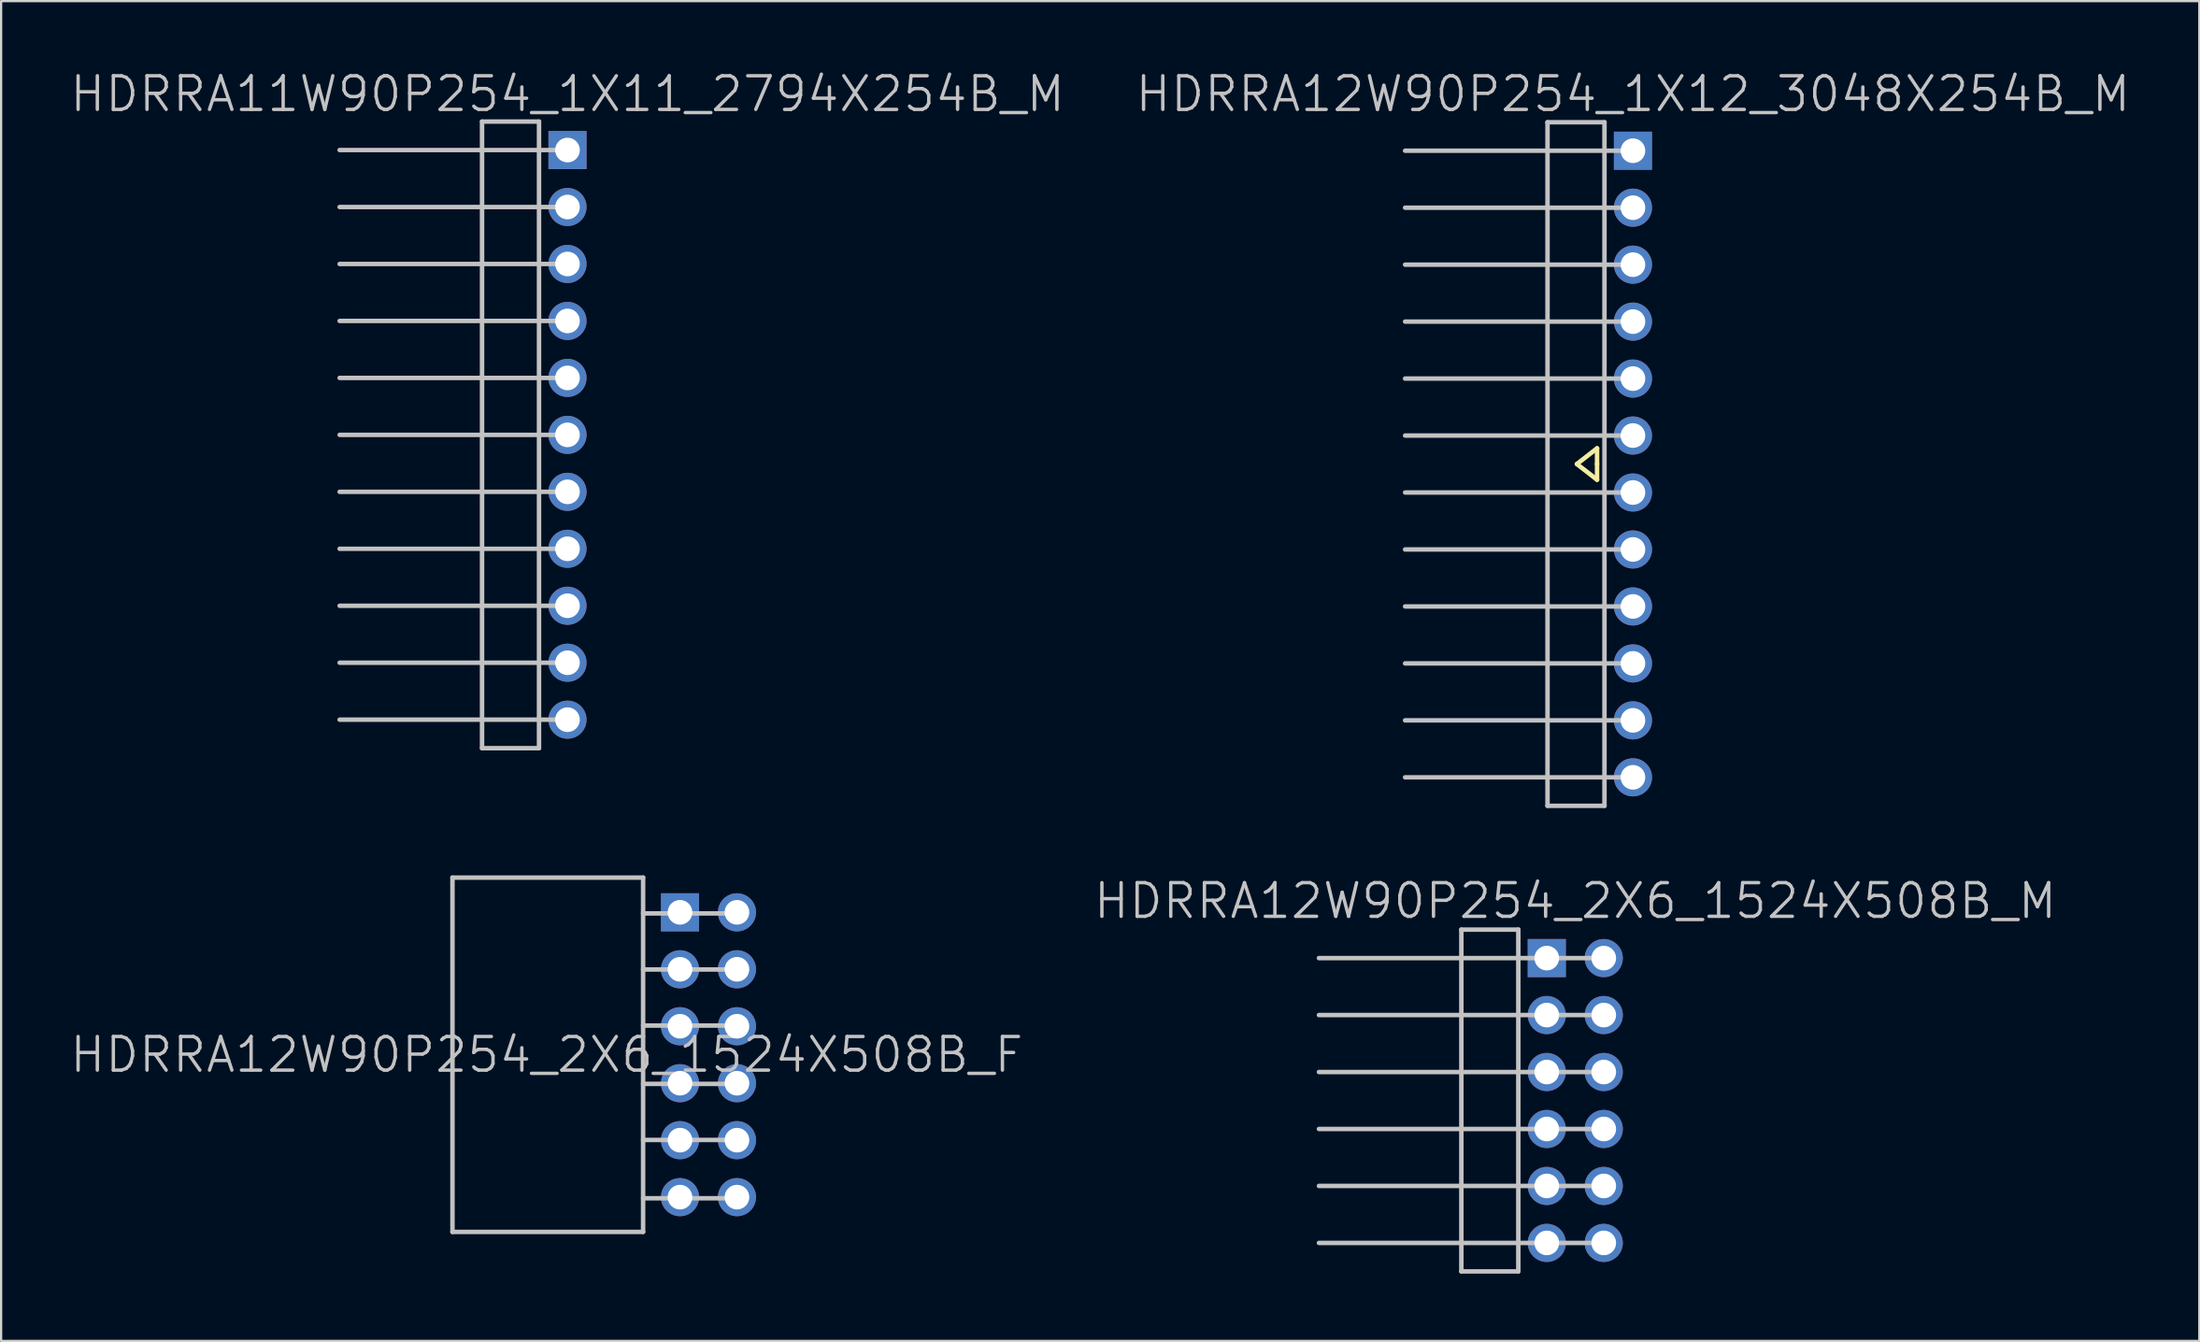
<source format=kicad_pcb>
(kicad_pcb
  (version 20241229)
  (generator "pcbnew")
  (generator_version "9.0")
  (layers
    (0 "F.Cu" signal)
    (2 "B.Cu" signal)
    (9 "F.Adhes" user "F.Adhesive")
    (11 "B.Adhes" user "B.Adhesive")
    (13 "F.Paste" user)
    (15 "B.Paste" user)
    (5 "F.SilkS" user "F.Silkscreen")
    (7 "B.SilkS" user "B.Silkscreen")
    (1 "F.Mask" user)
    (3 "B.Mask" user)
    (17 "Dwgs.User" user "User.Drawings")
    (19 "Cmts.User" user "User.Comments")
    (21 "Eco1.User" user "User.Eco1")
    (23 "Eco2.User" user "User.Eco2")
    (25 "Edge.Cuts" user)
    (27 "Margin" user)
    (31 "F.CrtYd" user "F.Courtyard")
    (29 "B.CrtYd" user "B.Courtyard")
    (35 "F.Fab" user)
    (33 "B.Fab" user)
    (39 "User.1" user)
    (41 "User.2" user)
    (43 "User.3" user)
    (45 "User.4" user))
  (footprint "HDRRA12W90P254_2X6_1524X508B_M"
    (layer "F.Cu")
    (at 67.189 46.022)
    (property "Reference" "HDRRA12W90P254_2X6_1524X508B_M" (at 0 -8.9 180) (layer "Dwgs.User") (effects (font (size 1.5 1.5) (thickness 0.15))))
    (attr through_hole)
    (fp_line (start -11.43 -1.27) (end 1.27 -1.27) (stroke (width 0.2) (type solid)) (layer "Dwgs.User"))
    (fp_line (start -5.08 -7.62) (end -2.54 -7.62) (stroke (width 0.2) (type solid)) (layer "Dwgs.User"))
    (fp_line (start -5.08 7.62) (end -5.08 -7.62) (stroke (width 0.2) (type solid)) (layer "Dwgs.User"))
    (fp_line (start -2.54 -7.62) (end -2.54 7.62) (stroke (width 0.2) (type solid)) (layer "Dwgs.User"))
    (fp_line (start -2.54 7.62) (end -5.08 7.62) (stroke (width 0.2) (type solid)) (layer "Dwgs.User"))
    (fp_line (start 1.27 -6.35) (end -11.43 -6.35) (stroke (width 0.2) (type solid)) (layer "Dwgs.User"))
    (fp_line (start 1.27 -3.81) (end -11.43 -3.81) (stroke (width 0.2) (type solid)) (layer "Dwgs.User"))
    (fp_line (start 1.27 1.27) (end -11.43 1.27) (stroke (width 0.2) (type solid)) (layer "Dwgs.User"))
    (fp_line (start 1.27 3.81) (end -11.43 3.81) (stroke (width 0.2) (type solid)) (layer "Dwgs.User"))
    (fp_line (start 1.27 6.35) (end -11.43 6.35) (stroke (width 0.2) (type solid)) (layer "Dwgs.User"))
    (pad "1" thru_hole rect (at -1.27 -6.35) (size 1.7 1.7) (drill 1.1) (layers "*.Cu" "*.Mask"))
    (pad "2" thru_hole circle (at 1.27 -6.35 270) (size 1.7 1.7) (drill 1.1) (layers "*.Cu" "*.Mask"))
    (pad "3" thru_hole circle (at -1.27 -3.81 270) (size 1.7 1.7) (drill 1.1) (layers "*.Cu" "*.Mask"))
    (pad "4" thru_hole circle (at 1.27 -3.81 270) (size 1.7 1.7) (drill 1.1) (layers "*.Cu" "*.Mask"))
    (pad "5" thru_hole circle (at -1.27 -1.27 270) (size 1.7 1.7) (drill 1.1) (layers "*.Cu" "*.Mask"))
    (pad "6" thru_hole circle (at 1.27 -1.27 270) (size 1.7 1.7) (drill 1.1) (layers "*.Cu" "*.Mask"))
    (pad "7" thru_hole circle (at -1.27 1.27 270) (size 1.7 1.7) (drill 1.1) (layers "*.Cu" "*.Mask"))
    (pad "8" thru_hole circle (at 1.27 1.27 270) (size 1.7 1.7) (drill 1.1) (layers "*.Cu" "*.Mask"))
    (pad "9" thru_hole circle (at -1.27 3.81 270) (size 1.7 1.7) (drill 1.1) (layers "*.Cu" "*.Mask"))
    (pad "10" thru_hole circle (at 1.27 3.81 270) (size 1.7 1.7) (drill 1.1) (layers "*.Cu" "*.Mask"))
    (pad "11" thru_hole circle (at -1.27 6.35 270) (size 1.7 1.7) (drill 1.1) (layers "*.Cu" "*.Mask"))
    (pad "12" thru_hole circle (at 1.27 6.35 270) (size 1.7 1.7) (drill 1.1) (layers "*.Cu" "*.Mask")))
  (footprint "HDRRA12W90P254_1X12_3048X254B_M"
    (layer "F.Cu")
    (at 69.761 17.641)
    (property "Reference" "HDRRA12W90P254_1X12_3048X254B_M" (at 0 -16.5 180) (layer "Dwgs.User") (effects (font (size 1.5 1.5) (thickness 0.15))))
    (attr through_hole)
    (fp_line (start -2.5 0) (end -1.6 0.7) (stroke (width 0.2) (type solid)) (layer "F.SilkS"))
    (fp_line (start -1.6 -0.7) (end -2.5 0) (stroke (width 0.2) (type solid)) (layer "F.SilkS"))
    (fp_line (start -1.6 0) (end -1.6 -0.7) (stroke (width 0.2) (type solid)) (layer "F.SilkS"))
    (fp_line (start -1.6 0.7) (end -1.6 0) (stroke (width 0.2) (type solid)) (layer "F.SilkS"))
    (fp_line (start -10.16 -8.89) (end 0 -8.89) (stroke (width 0.2) (type solid)) (layer "Dwgs.User"))
    (fp_line (start -3.81 -15.24) (end -1.27 -15.24) (stroke (width 0.2) (type solid)) (layer "Dwgs.User"))
    (fp_line (start -3.81 15.24) (end -3.81 -15.24) (stroke (width 0.2) (type solid)) (layer "Dwgs.User"))
    (fp_line (start -1.27 -15.24) (end -1.27 15.24) (stroke (width 0.2) (type solid)) (layer "Dwgs.User"))
    (fp_line (start -1.27 15.24) (end -3.81 15.24) (stroke (width 0.2) (type solid)) (layer "Dwgs.User"))
    (fp_line (start 0 -13.97) (end -10.16 -13.97) (stroke (width 0.2) (type solid)) (layer "Dwgs.User"))
    (fp_line (start 0 -11.43) (end -10.16 -11.43) (stroke (width 0.2) (type solid)) (layer "Dwgs.User"))
    (fp_line (start 0 -6.35) (end -10.16 -6.35) (stroke (width 0.2) (type solid)) (layer "Dwgs.User"))
    (fp_line (start 0 -3.81) (end -10.16 -3.81) (stroke (width 0.2) (type solid)) (layer "Dwgs.User"))
    (fp_line (start 0 -1.27) (end -10.16 -1.27) (stroke (width 0.2) (type solid)) (layer "Dwgs.User"))
    (fp_line (start 0 1.27) (end -10.16 1.27) (stroke (width 0.2) (type solid)) (layer "Dwgs.User"))
    (fp_line (start 0 3.81) (end -10.16 3.81) (stroke (width 0.2) (type solid)) (layer "Dwgs.User"))
    (fp_line (start 0 6.35) (end -10.16 6.35) (stroke (width 0.2) (type solid)) (layer "Dwgs.User"))
    (fp_line (start 0 8.89) (end -10.16 8.89) (stroke (width 0.2) (type solid)) (layer "Dwgs.User"))
    (fp_line (start 0 11.43) (end -10.16 11.43) (stroke (width 0.2) (type solid)) (layer "Dwgs.User"))
    (fp_line (start 0 13.97) (end -10.16 13.97) (stroke (width 0.2) (type solid)) (layer "Dwgs.User"))
    (pad "1" thru_hole rect (at 0 -13.97) (size 1.7 1.7) (drill 1.1) (layers "*.Cu" "*.Mask"))
    (pad "2" thru_hole circle (at 0 -11.43 270) (size 1.7 1.7) (drill 1.1) (layers "*.Cu" "*.Mask"))
    (pad "3" thru_hole circle (at 0 -8.89 270) (size 1.7 1.7) (drill 1.1) (layers "*.Cu" "*.Mask"))
    (pad "4" thru_hole circle (at 0 -6.35 270) (size 1.7 1.7) (drill 1.1) (layers "*.Cu" "*.Mask"))
    (pad "5" thru_hole circle (at 0 -3.81 270) (size 1.7 1.7) (drill 1.1) (layers "*.Cu" "*.Mask"))
    (pad "6" thru_hole circle (at 0 -1.27 270) (size 1.7 1.7) (drill 1.1) (layers "*.Cu" "*.Mask"))
    (pad "7" thru_hole circle (at 0 1.27 270) (size 1.7 1.7) (drill 1.1) (layers "*.Cu" "*.Mask"))
    (pad "8" thru_hole circle (at 0 3.81 270) (size 1.7 1.7) (drill 1.1) (layers "*.Cu" "*.Mask"))
    (pad "9" thru_hole circle (at 0 6.35 270) (size 1.7 1.7) (drill 1.1) (layers "*.Cu" "*.Mask"))
    (pad "10" thru_hole circle (at 0 8.89 270) (size 1.7 1.7) (drill 1.1) (layers "*.Cu" "*.Mask"))
    (pad "11" thru_hole circle (at 0 11.43 270) (size 1.7 1.7) (drill 1.1) (layers "*.Cu" "*.Mask"))
    (pad "12" thru_hole circle (at 0 13.97 270) (size 1.7 1.7) (drill 1.1) (layers "*.Cu" "*.Mask")))
  (footprint "HDRRA11W90P254_1X11_2794X254B_M"
    (layer "F.Cu")
    (at 22.254 16.341)
    (property "Reference" "HDRRA11W90P254_1X11_2794X254B_M" (at 0 -15.2 180) (layer "Dwgs.User") (effects (font (size 1.5 1.5) (thickness 0.15))))
    (attr through_hole)
    (fp_line (start -10.16 -7.62) (end 0 -7.62) (stroke (width 0.2) (type solid)) (layer "Dwgs.User"))
    (fp_line (start -3.81 -13.97) (end -1.27 -13.97) (stroke (width 0.2) (type solid)) (layer "Dwgs.User"))
    (fp_line (start -3.81 13.97) (end -3.81 -13.97) (stroke (width 0.2) (type solid)) (layer "Dwgs.User"))
    (fp_line (start -1.27 -13.97) (end -1.27 13.97) (stroke (width 0.2) (type solid)) (layer "Dwgs.User"))
    (fp_line (start -1.27 13.97) (end -3.81 13.97) (stroke (width 0.2) (type solid)) (layer "Dwgs.User"))
    (fp_line (start 0 -12.7) (end -10.16 -12.7) (stroke (width 0.2) (type solid)) (layer "Dwgs.User"))
    (fp_line (start 0 -10.16) (end -10.16 -10.16) (stroke (width 0.2) (type solid)) (layer "Dwgs.User"))
    (fp_line (start 0 -5.08) (end -10.16 -5.08) (stroke (width 0.2) (type solid)) (layer "Dwgs.User"))
    (fp_line (start 0 -2.54) (end -10.16 -2.54) (stroke (width 0.2) (type solid)) (layer "Dwgs.User"))
    (fp_line (start 0 0) (end -10.16 0) (stroke (width 0.2) (type solid)) (layer "Dwgs.User"))
    (fp_line (start 0 2.54) (end -10.16 2.54) (stroke (width 0.2) (type solid)) (layer "Dwgs.User"))
    (fp_line (start 0 5.08) (end -10.16 5.08) (stroke (width 0.2) (type solid)) (layer "Dwgs.User"))
    (fp_line (start 0 7.62) (end -10.16 7.62) (stroke (width 0.2) (type solid)) (layer "Dwgs.User"))
    (fp_line (start 0 10.16) (end -10.16 10.16) (stroke (width 0.2) (type solid)) (layer "Dwgs.User"))
    (fp_line (start 0 12.7) (end -10.16 12.7) (stroke (width 0.2) (type solid)) (layer "Dwgs.User"))
    (pad "1" thru_hole rect (at 0 -12.7) (size 1.7 1.7) (drill 1.1) (layers "*.Cu" "*.Mask"))
    (pad "2" thru_hole circle (at 0 -10.16 270) (size 1.7 1.7) (drill 1.1) (layers "*.Cu" "*.Mask"))
    (pad "3" thru_hole circle (at 0 -7.62 270) (size 1.7 1.7) (drill 1.1) (layers "*.Cu" "*.Mask"))
    (pad "4" thru_hole circle (at 0 -5.08 270) (size 1.7 1.7) (drill 1.1) (layers "*.Cu" "*.Mask"))
    (pad "5" thru_hole circle (at 0 -2.54 270) (size 1.7 1.7) (drill 1.1) (layers "*.Cu" "*.Mask"))
    (pad "6" thru_hole circle (at 0 0 270) (size 1.7 1.7) (drill 1.1) (layers "*.Cu" "*.Mask"))
    (pad "7" thru_hole circle (at 0 2.54 270) (size 1.7 1.7) (drill 1.1) (layers "*.Cu" "*.Mask"))
    (pad "8" thru_hole circle (at 0 5.08 270) (size 1.7 1.7) (drill 1.1) (layers "*.Cu" "*.Mask"))
    (pad "9" thru_hole circle (at 0 7.62 270) (size 1.7 1.7) (drill 1.1) (layers "*.Cu" "*.Mask"))
    (pad "10" thru_hole circle (at 0 10.16 270) (size 1.7 1.7) (drill 1.1) (layers "*.Cu" "*.Mask"))
    (pad "11" thru_hole circle (at 0 12.7 270) (size 1.7 1.7) (drill 1.1) (layers "*.Cu" "*.Mask")))
  (footprint "HDRRA12W90P254_2X6_1524X508B_F"
    (layer "F.Cu")
    (at 23.625 43.981)
    (property "Reference" "HDRRA12W90P254_2X6_1524X508B_F" (at -2.3 0 180) (layer "Dwgs.User") (effects (font (size 1.5 1.5) (thickness 0.15))))
    (attr through_hole)
    (fp_line (start -6.5 -7.9) (end -6.5 7.9) (stroke (width 0.2) (type solid)) (layer "Dwgs.User"))
    (fp_line (start 2 -7.9) (end -6.5 -7.9) (stroke (width 0.2) (type solid)) (layer "Dwgs.User"))
    (fp_line (start 2 -7.9) (end 2 7.9) (stroke (width 0.2) (type solid)) (layer "Dwgs.User"))
    (fp_line (start 2 7.9) (end -6.5 7.9) (stroke (width 0.2) (type solid)) (layer "Dwgs.User"))
    (fp_line (start 6.2 -6.3) (end 2 -6.3) (stroke (width 0.2) (type solid)) (layer "Dwgs.User"))
    (fp_line (start 6.2 -3.8) (end 2 -3.8) (stroke (width 0.2) (type solid)) (layer "Dwgs.User"))
    (fp_line (start 6.2 -1.3) (end 2 -1.3) (stroke (width 0.2) (type solid)) (layer "Dwgs.User"))
    (fp_line (start 6.2 1.3) (end 2 1.3) (stroke (width 0.2) (type solid)) (layer "Dwgs.User"))
    (fp_line (start 6.2 3.8) (end 2 3.8) (stroke (width 0.2) (type solid)) (layer "Dwgs.User"))
    (fp_line (start 6.2 6.4) (end 2 6.4) (stroke (width 0.2) (type solid)) (layer "Dwgs.User"))
    (pad "1" thru_hole rect (at 3.645 -6.35) (size 1.7 1.7) (drill 1.1) (layers "*.Cu" "*.Mask"))
    (pad "2" thru_hole circle (at 6.185 -6.35 270) (size 1.7 1.7) (drill 1.1) (layers "*.Cu" "*.Mask"))
    (pad "3" thru_hole circle (at 3.645 -3.81 270) (size 1.7 1.7) (drill 1.1) (layers "*.Cu" "*.Mask"))
    (pad "4" thru_hole circle (at 6.185 -3.81 270) (size 1.7 1.7) (drill 1.1) (layers "*.Cu" "*.Mask"))
    (pad "5" thru_hole circle (at 3.645 -1.27 270) (size 1.7 1.7) (drill 1.1) (layers "*.Cu" "*.Mask"))
    (pad "6" thru_hole circle (at 6.185 -1.27 270) (size 1.7 1.7) (drill 1.1) (layers "*.Cu" "*.Mask"))
    (pad "7" thru_hole circle (at 3.645 1.27 270) (size 1.7 1.7) (drill 1.1) (layers "*.Cu" "*.Mask"))
    (pad "8" thru_hole circle (at 6.185 1.27 270) (size 1.7 1.7) (drill 1.1) (layers "*.Cu" "*.Mask"))
    (pad "9" thru_hole circle (at 3.645 3.81 270) (size 1.7 1.7) (drill 1.1) (layers "*.Cu" "*.Mask"))
    (pad "10" thru_hole circle (at 6.185 3.81 270) (size 1.7 1.7) (drill 1.1) (layers "*.Cu" "*.Mask"))
    (pad "11" thru_hole circle (at 3.645 6.35 270) (size 1.7 1.7) (drill 1.1) (layers "*.Cu" "*.Mask"))
    (pad "12" thru_hole circle (at 6.185 6.35 270) (size 1.7 1.7) (drill 1.1) (layers "*.Cu" "*.Mask")))
  (gr_rect
    (start -3 -3)
    (end 95.014 56.742)
    (stroke (width 0.1) (type default))
    (fill no)
    (layer "Edge.Cuts")))
</source>
